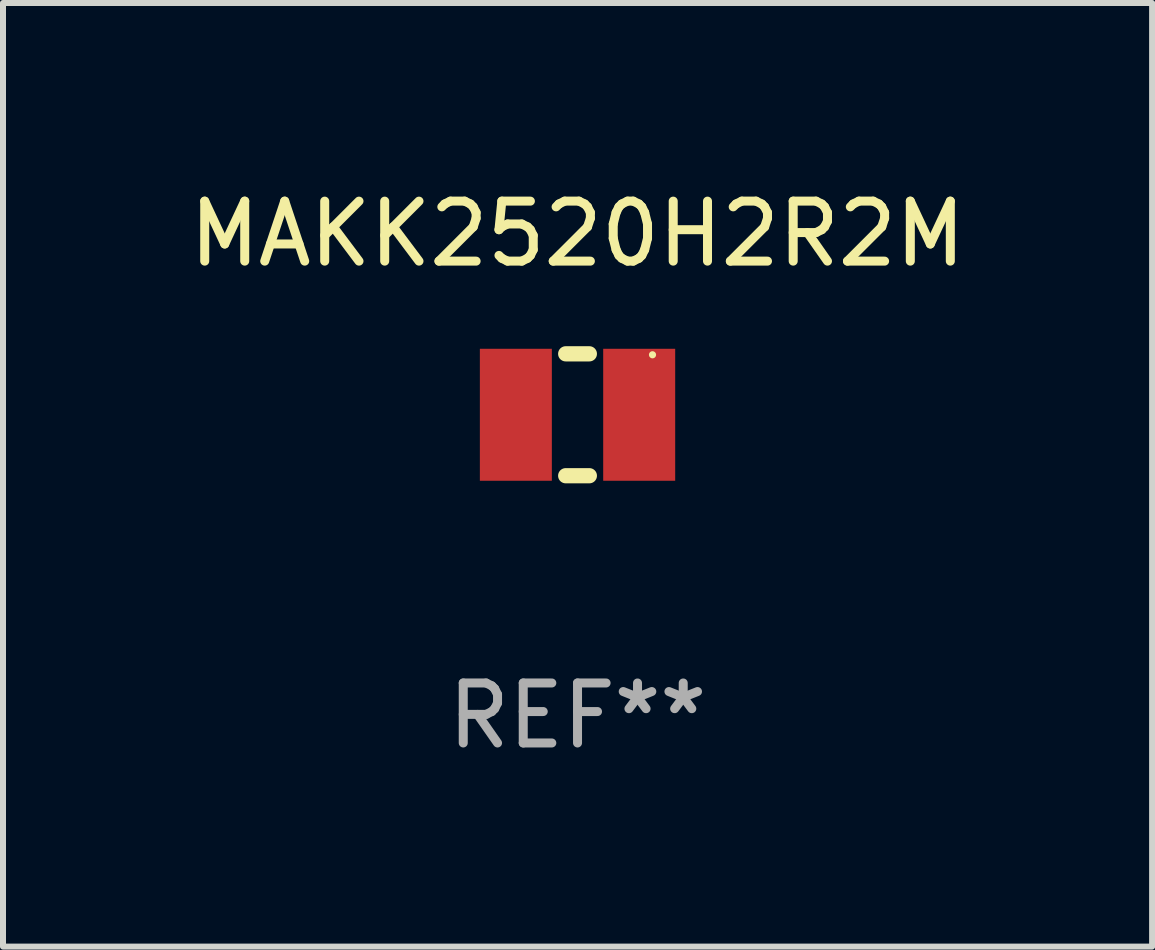
<source format=kicad_pcb>
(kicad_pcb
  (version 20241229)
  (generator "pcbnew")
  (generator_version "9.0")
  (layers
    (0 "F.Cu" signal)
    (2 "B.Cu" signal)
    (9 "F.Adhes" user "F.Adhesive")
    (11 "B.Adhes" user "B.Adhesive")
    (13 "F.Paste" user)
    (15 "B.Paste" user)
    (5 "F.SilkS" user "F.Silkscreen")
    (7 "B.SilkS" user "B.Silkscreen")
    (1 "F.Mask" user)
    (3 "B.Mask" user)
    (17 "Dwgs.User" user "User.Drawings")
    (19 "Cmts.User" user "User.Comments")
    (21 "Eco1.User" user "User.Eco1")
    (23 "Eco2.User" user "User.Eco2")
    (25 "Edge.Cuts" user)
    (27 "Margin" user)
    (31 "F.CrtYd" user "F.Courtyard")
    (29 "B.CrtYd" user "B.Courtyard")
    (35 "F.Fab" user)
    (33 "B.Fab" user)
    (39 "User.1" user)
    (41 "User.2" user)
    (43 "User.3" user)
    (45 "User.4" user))
  (footprint "MAKK2520H2R2M"
    (layer "F.Cu")
    (at 6.577 3.864)
    (property "Reference" "MAKK2520H2R2M" (at 0 -3.016 0) (layer "F.SilkS") (effects (font (size 1 1) (thickness 0.15))))
    (attr through_hole)
    (fp_line (start -0.197 1.016) (end 0.197 1.016) (stroke (width 0.254) (type solid)) (layer "F.SilkS"))
    (fp_line (start 0.197 -1.016) (end -0.197 -1.016) (stroke (width 0.254) (type solid)) (layer "F.SilkS"))
    (fp_circle (center 1.25 -1) (end 1.28 -1) (stroke (width 0.06) (type solid)) (fill no) (layer "F.SilkS"))
    (fp_text user "REF**" (at 0 5.016 0) (layer "F.Fab") (effects (font (size 1 1) (thickness 0.15))))
    (pad "1" smd rect (at 1.028 0) (size 1.2 2.2) (layers "F.Cu" "F.Mask" "F.Paste"))
    (pad "2" smd rect (at -1.028 0) (size 1.2 2.2) (layers "F.Cu" "F.Mask" "F.Paste")))
  (gr_rect
    (start -3 -3)
    (end 16.155 12.729)
    (stroke (width 0.1) (type default))
    (fill no)
    (layer "Edge.Cuts")))
</source>
